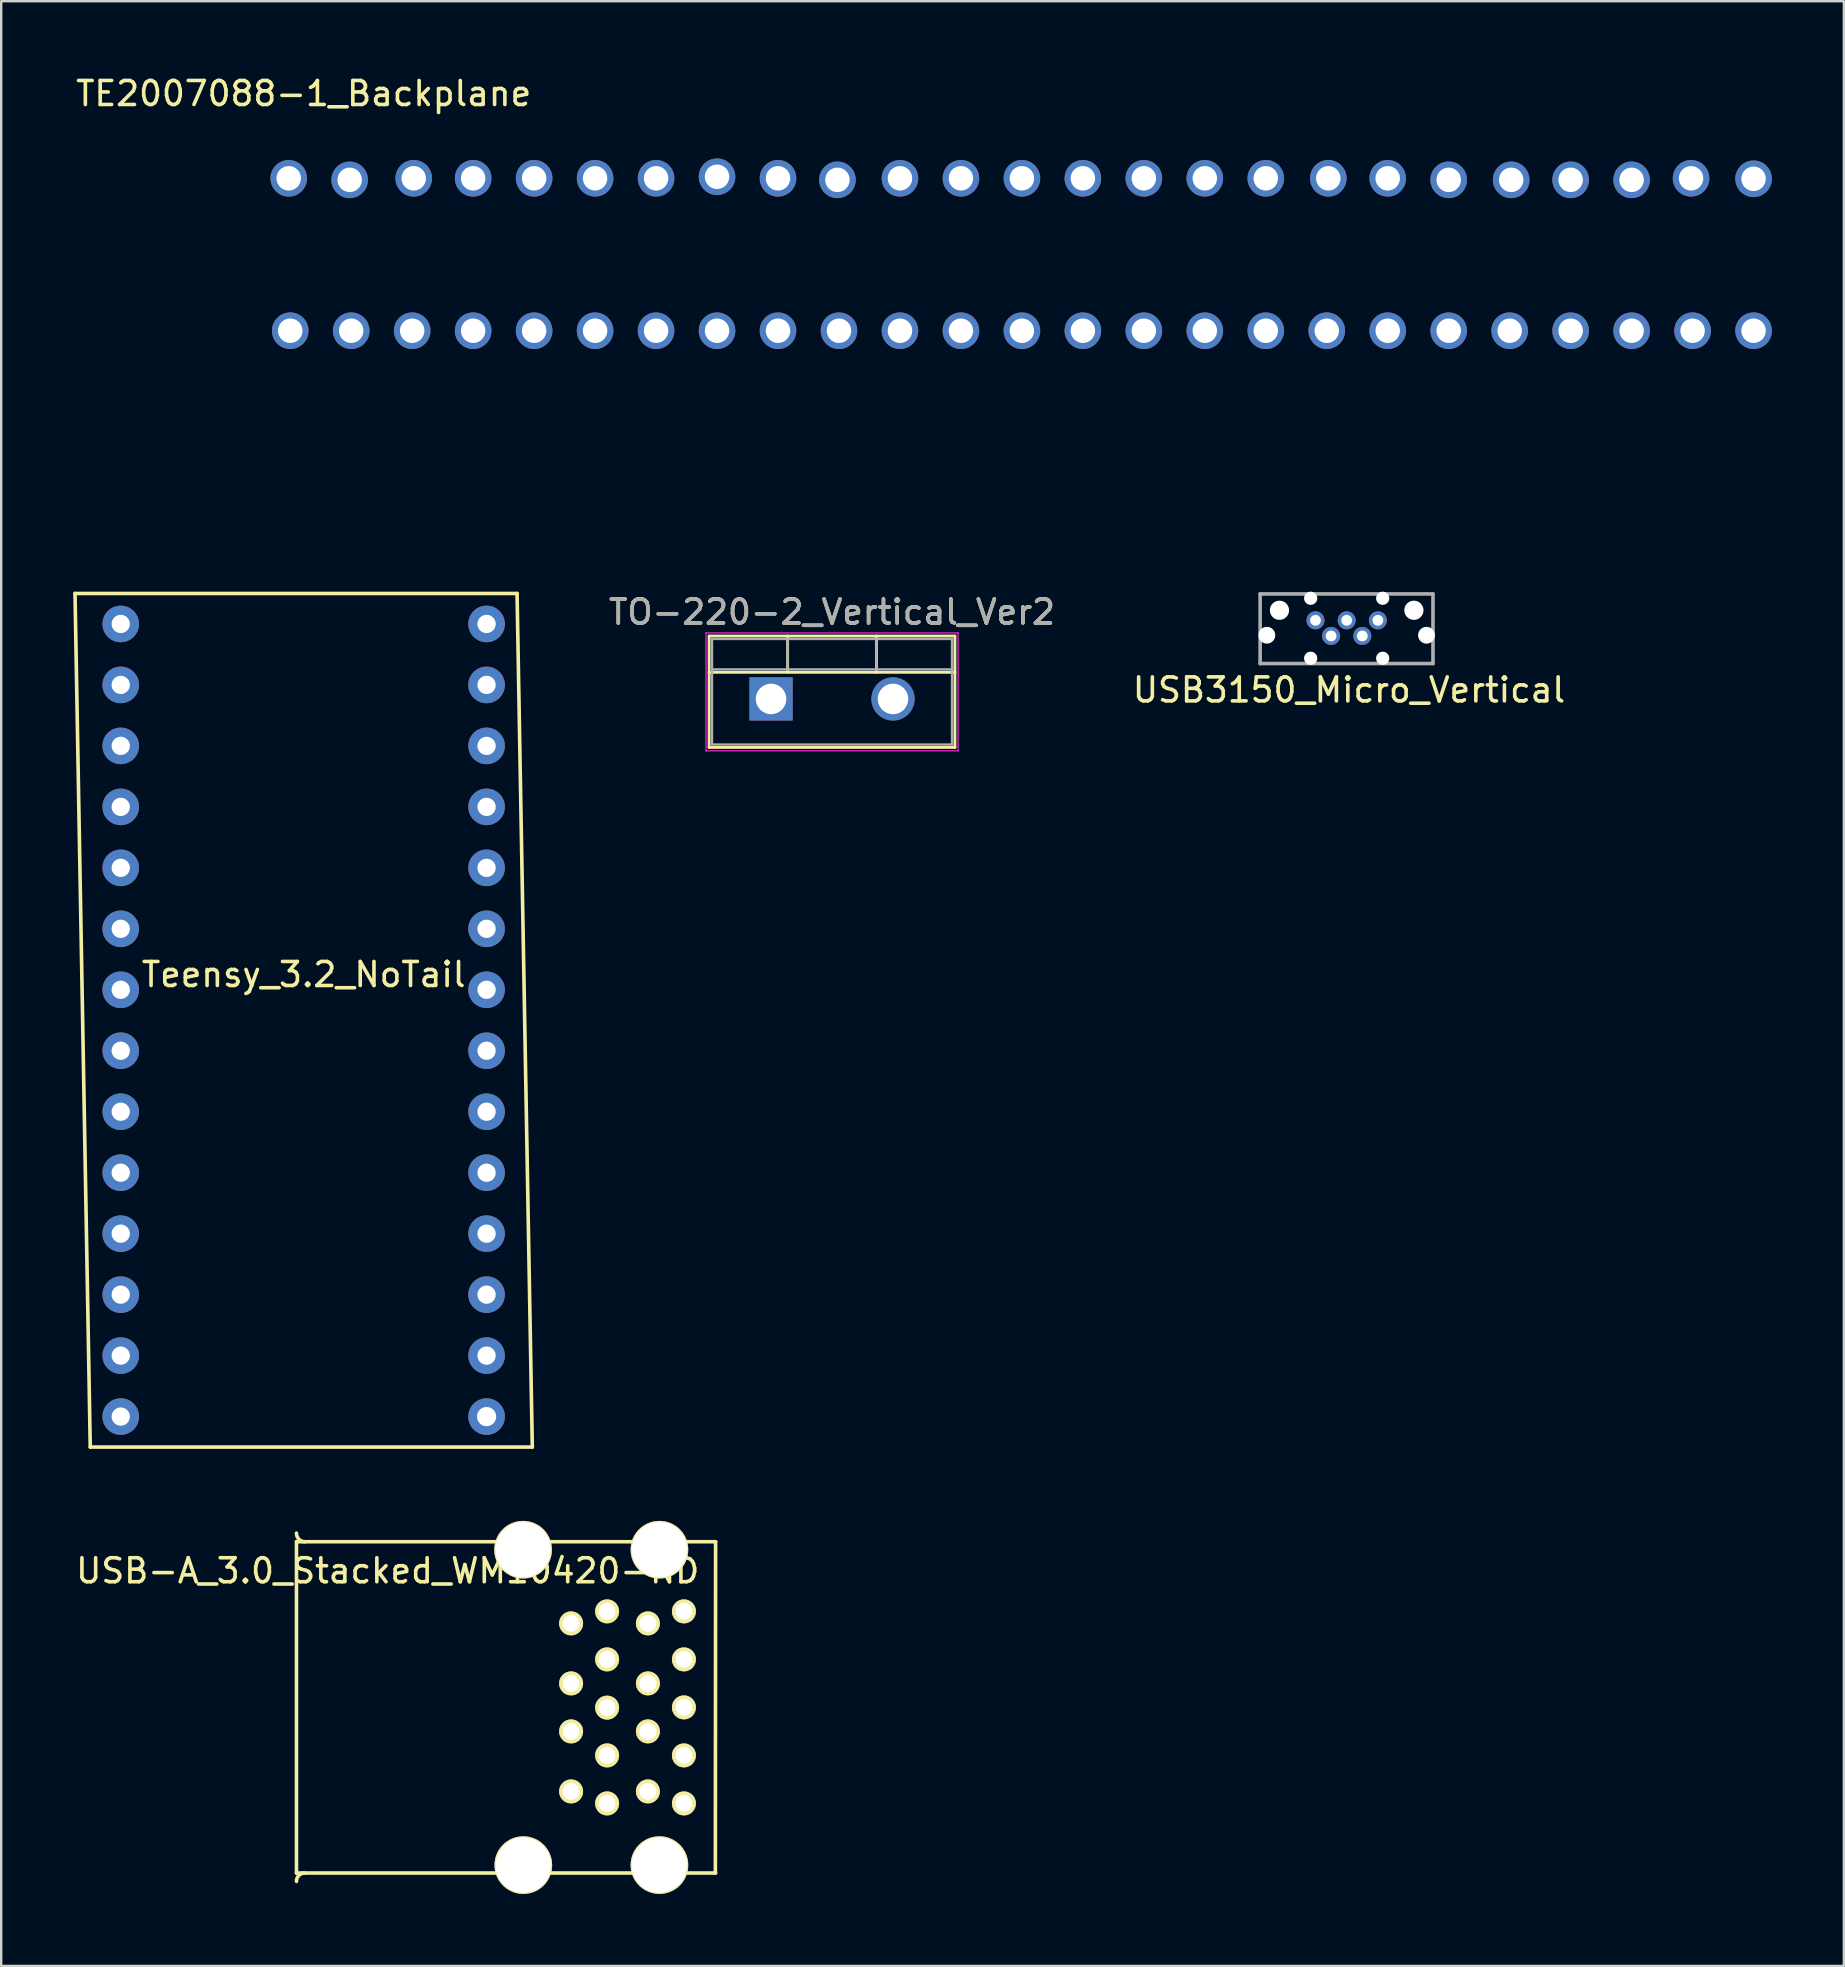
<source format=kicad_pcb>
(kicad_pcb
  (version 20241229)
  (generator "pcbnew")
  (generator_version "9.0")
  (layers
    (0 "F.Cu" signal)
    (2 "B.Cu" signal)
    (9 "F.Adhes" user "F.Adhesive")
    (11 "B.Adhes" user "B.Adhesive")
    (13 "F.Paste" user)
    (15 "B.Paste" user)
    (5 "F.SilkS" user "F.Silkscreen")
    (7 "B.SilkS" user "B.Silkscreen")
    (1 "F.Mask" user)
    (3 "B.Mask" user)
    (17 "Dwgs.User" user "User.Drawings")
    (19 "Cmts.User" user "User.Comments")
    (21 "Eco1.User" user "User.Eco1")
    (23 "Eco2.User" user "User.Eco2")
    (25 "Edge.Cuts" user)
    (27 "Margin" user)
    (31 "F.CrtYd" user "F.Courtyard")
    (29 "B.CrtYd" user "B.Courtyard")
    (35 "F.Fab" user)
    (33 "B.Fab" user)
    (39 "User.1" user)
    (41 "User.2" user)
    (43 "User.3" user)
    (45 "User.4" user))
  (footprint "USB-A_3.0_Stacked_WM10420-ND"
    (layer "F.Cu")
    (at 23.241 67.508)
    (property "Reference" "USB-A_3.0_Stacked_WM10420-ND" (at -10.14 -5.12 0) (layer "F.SilkS") (effects (font (size 1 1) (thickness 0.15))))
    (attr through_hole)
    (fp_line (start -13.94 -6.33) (end -13.94 7.47) (stroke (width 0.15) (type solid)) (layer "F.SilkS"))
    (fp_line (start -13.94 7.47) (end 3.52 7.47) (stroke (width 0.15) (type solid)) (layer "F.SilkS"))
    (fp_line (start 3.51 7.47) (end 3.52 -6.33) (stroke (width 0.15) (type solid)) (layer "F.SilkS"))
    (fp_line (start 3.52 -6.33) (end -13.94 -6.33) (stroke (width 0.15) (type solid)) (layer "F.SilkS"))
    (fp_arc (start -13.94 7.82) (mid -13.847487 7.576655) (end -13.61 7.47) (stroke (width 0.15) (type solid)) (layer "F.SilkS"))
    (fp_arc (start -13.6 -6.33) (mid -13.844558 -6.439584) (end -13.94 -6.69) (stroke (width 0.15) (type solid)) (layer "F.SilkS"))
    (pad "" thru_hole circle (at -4.5 -6) (size 2.4 2.4) (drill 2.3) (layers "*.Cu" "*.Mask" "F.SilkS"))
    (pad "" thru_hole circle (at -4.49 7.14) (size 2.4 2.4) (drill 2.3) (layers "*.Cu" "*.Mask" "F.SilkS"))
    (pad "" thru_hole circle (at 1.18 -6) (size 2.4 2.4) (drill 2.3) (layers "*.Cu" "*.Mask" "F.SilkS"))
    (pad "" thru_hole circle (at 1.18 7.14) (size 2.4 2.4) (drill 2.3) (layers "*.Cu" "*.Mask" "F.SilkS"))
    (pad "1" thru_hole circle (at -2.5 -2.93) (size 1 1) (drill 0.7) (layers "*.Cu" "*.Mask" "F.SilkS"))
    (pad "2" thru_hole circle (at -2.5 -0.43) (size 1 1) (drill 0.7) (layers "*.Cu" "*.Mask" "F.SilkS"))
    (pad "3" thru_hole circle (at -2.5 1.57) (size 1 1) (drill 0.7) (layers "*.Cu" "*.Mask" "F.SilkS"))
    (pad "4" thru_hole circle (at -2.5 4.07) (size 1 1) (drill 0.7) (layers "*.Cu" "*.Mask" "F.SilkS"))
    (pad "5" thru_hole circle (at -1 4.57) (size 1 1) (drill 0.7) (layers "*.Cu" "*.Mask" "F.SilkS"))
    (pad "6" thru_hole circle (at -1 2.57) (size 1 1) (drill 0.7) (layers "*.Cu" "*.Mask" "F.SilkS"))
    (pad "7" thru_hole circle (at -1 0.58) (size 1 1) (drill 0.7) (layers "*.Cu" "*.Mask" "F.SilkS"))
    (pad "8" thru_hole circle (at -1 -1.43) (size 1 1) (drill 0.7) (layers "*.Cu" "*.Mask" "F.SilkS"))
    (pad "9" thru_hole circle (at -1 -3.43) (size 1 1) (drill 0.7) (layers "*.Cu" "*.Mask" "F.SilkS"))
    (pad "10" thru_hole circle (at 0.7 -2.93) (size 1 1) (drill 0.7) (layers "*.Cu" "*.Mask" "F.SilkS"))
    (pad "11" thru_hole circle (at 0.7 -0.43) (size 1 1) (drill 0.7) (layers "*.Cu" "*.Mask" "F.SilkS"))
    (pad "12" thru_hole circle (at 0.7 1.57) (size 1 1) (drill 0.7) (layers "*.Cu" "*.Mask" "F.SilkS"))
    (pad "13" thru_hole circle (at 0.7 4.07) (size 1 1) (drill 0.7) (layers "*.Cu" "*.Mask" "F.SilkS"))
    (pad "14" thru_hole circle (at 2.2 4.57) (size 1 1) (drill 0.7) (layers "*.Cu" "*.Mask" "F.SilkS"))
    (pad "15" thru_hole circle (at 2.2 2.57) (size 1 1) (drill 0.7) (layers "*.Cu" "*.Mask" "F.SilkS"))
    (pad "16" thru_hole circle (at 2.2 0.57) (size 1 1) (drill 0.7) (layers "*.Cu" "*.Mask" "F.SilkS"))
    (pad "17" thru_hole circle (at 2.2 -1.43) (size 1 1) (drill 0.7) (layers "*.Cu" "*.Mask" "F.SilkS"))
    (pad "18" thru_hole circle (at 2.2 -3.43) (size 1 1) (drill 0.7) (layers "*.Cu" "*.Mask" "F.SilkS")))
  (footprint "TO-220-2_Vertical_Ver2"
    (layer "F.Cu")
    (at 29.071 26.067)
    (property "Reference" "TO-220-2_Vertical_Ver2" (at 2.54 -3.62 0) (layer "F.SilkS") (effects (font (size 1 1) (thickness 0.15))))
    (attr through_hole)
    (fp_line (start -2.58 -2.62) (end -2.58 2.021) (stroke (width 0.12) (type solid)) (layer "F.SilkS"))
    (fp_line (start -2.58 -2.62) (end 7.66 -2.62) (stroke (width 0.12) (type solid)) (layer "F.SilkS"))
    (fp_line (start -2.58 -1.11) (end 7.66 -1.11) (stroke (width 0.12) (type solid)) (layer "F.SilkS"))
    (fp_line (start -2.58 2.021) (end 7.66 2.021) (stroke (width 0.12) (type solid)) (layer "F.SilkS"))
    (fp_line (start 0.69 -2.62) (end 0.69 -1.11) (stroke (width 0.12) (type solid)) (layer "F.SilkS"))
    (fp_line (start 4.391 -2.62) (end 4.391 -1.11) (stroke (width 0.12) (type solid)) (layer "F.SilkS"))
    (fp_line (start 7.66 -2.62) (end 7.66 2.021) (stroke (width 0.12) (type solid)) (layer "F.SilkS"))
    (fp_line (start -2.71 -2.75) (end -2.71 2.16) (stroke (width 0.05) (type solid)) (layer "F.CrtYd"))
    (fp_line (start -2.71 2.16) (end 7.79 2.16) (stroke (width 0.05) (type solid)) (layer "F.CrtYd"))
    (fp_line (start 7.79 -2.75) (end -2.71 -2.75) (stroke (width 0.05) (type solid)) (layer "F.CrtYd"))
    (fp_line (start 7.79 2.16) (end 7.79 -2.75) (stroke (width 0.05) (type solid)) (layer "F.CrtYd"))
    (fp_line (start -2.46 -2.5) (end -2.46 1.9) (stroke (width 0.1) (type solid)) (layer "F.Fab"))
    (fp_line (start -2.46 -1.23) (end 7.54 -1.23) (stroke (width 0.1) (type solid)) (layer "F.Fab"))
    (fp_line (start -2.46 1.9) (end 7.54 1.9) (stroke (width 0.1) (type solid)) (layer "F.Fab"))
    (fp_line (start 0.69 -2.5) (end 0.69 -1.23) (stroke (width 0.1) (type solid)) (layer "F.Fab"))
    (fp_line (start 4.39 -2.5) (end 4.39 -1.23) (stroke (width 0.1) (type solid)) (layer "F.Fab"))
    (fp_line (start 7.54 -2.5) (end -2.46 -2.5) (stroke (width 0.1) (type solid)) (layer "F.Fab"))
    (fp_line (start 7.54 1.9) (end 7.54 -2.5) (stroke (width 0.1) (type solid)) (layer "F.Fab"))
    (fp_text user "${REFERENCE}" (at 2.54 -3.62 0) (layer "F.Fab") (effects (font (size 1 1) (thickness 0.15))))
    (pad "1" thru_hole rect (at 0 0) (size 1.8 1.8) (drill 1.27) (layers "*.Cu" "*.Mask"))
    (pad "2" thru_hole oval (at 5.08 0) (size 1.8 1.8) (drill 1.27) (layers "*.Cu" "*.Mask")))
  (footprint "TE2007088-1_Backplane"
    (layer "F.Cu")
    (at 44.601 18.348)
    (property "Reference" "TE2007088-1_Backplane" (at -35 -17.5 0) (layer "F.SilkS") (effects (font (size 1 1) (thickness 0.15))))
    (attr through_hole)
    (pad "1" thru_hole circle (at -35.56 -7.62) (size 1.524 1.524) (drill 1.02) (layers "*.Cu" "*.Mask"))
    (pad "1" thru_hole circle (at -33.02 -7.62) (size 1.524 1.524) (drill 1.02) (layers "*.Cu" "*.Mask"))
    (pad "1" thru_hole circle (at -30.48 -7.62) (size 1.524 1.524) (drill 1.02) (layers "*.Cu" "*.Mask"))
    (pad "2" thru_hole circle (at -27.94 -7.62) (size 1.524 1.524) (drill 1.02) (layers "*.Cu" "*.Mask"))
    (pad "2" thru_hole circle (at -25.4 -7.62) (size 1.524 1.524) (drill 1.02) (layers "*.Cu" "*.Mask"))
    (pad "2" thru_hole circle (at -22.86 -7.62) (size 1.524 1.524) (drill 1.02) (layers "*.Cu" "*.Mask"))
    (pad "3" thru_hole circle (at -20.32 -7.62) (size 1.524 1.524) (drill 1.02) (layers "*.Cu" "*.Mask"))
    (pad "3" thru_hole circle (at -17.78 -7.62) (size 1.524 1.524) (drill 1.02) (layers "*.Cu" "*.Mask"))
    (pad "3" thru_hole circle (at -15.24 -7.62) (size 1.524 1.524) (drill 1.02) (layers "*.Cu" "*.Mask"))
    (pad "4" thru_hole circle (at -12.7 -7.62) (size 1.524 1.524) (drill 1.02) (layers "*.Cu" "*.Mask"))
    (pad "4" thru_hole circle (at -10.16 -7.62) (size 1.524 1.524) (drill 1.02) (layers "*.Cu" "*.Mask"))
    (pad "4" thru_hole circle (at -7.62 -7.62) (size 1.524 1.524) (drill 1.02) (layers "*.Cu" "*.Mask"))
    (pad "5" thru_hole circle (at -5.08 -7.62) (size 1.524 1.524) (drill 1.02) (layers "*.Cu" "*.Mask"))
    (pad "5" thru_hole circle (at -2.54 -7.62) (size 1.524 1.524) (drill 1.02) (layers "*.Cu" "*.Mask"))
    (pad "5" thru_hole circle (at 0 -7.62) (size 1.524 1.524) (drill 1.02) (layers "*.Cu" "*.Mask"))
    (pad "6" thru_hole circle (at 2.54 -7.62) (size 1.524 1.524) (drill 1.02) (layers "*.Cu" "*.Mask"))
    (pad "7" thru_hole circle (at 5.08 -7.62) (size 1.524 1.524) (drill 1.02) (layers "*.Cu" "*.Mask"))
    (pad "8" thru_hole circle (at 7.62 -7.62) (size 1.524 1.524) (drill 1.02) (layers "*.Cu" "*.Mask"))
    (pad "9" thru_hole circle (at 10.16 -7.62) (size 1.524 1.524) (drill 1.02) (layers "*.Cu" "*.Mask"))
    (pad "10" thru_hole circle (at 12.7 -7.62) (size 1.524 1.524) (drill 1.02) (layers "*.Cu" "*.Mask"))
    (pad "11" thru_hole circle (at 15.24 -7.62) (size 1.524 1.524) (drill 1.02) (layers "*.Cu" "*.Mask"))
    (pad "12" thru_hole circle (at 17.78 -7.62) (size 1.524 1.524) (drill 1.02) (layers "*.Cu" "*.Mask"))
    (pad "13" thru_hole circle (at 20.32 -7.62) (size 1.524 1.524) (drill 1.02) (layers "*.Cu" "*.Mask"))
    (pad "14" thru_hole circle (at 22.86 -7.62) (size 1.524 1.524) (drill 1.02) (layers "*.Cu" "*.Mask"))
    (pad "15" thru_hole circle (at 25.4 -7.62) (size 1.524 1.524) (drill 1.02) (layers "*.Cu" "*.Mask"))
    (pad "16" thru_hole circle (at 25.4 -13.95) (size 1.524 1.524) (drill 1.02) (layers "*.Cu" "*.Mask"))
    (pad "17" thru_hole circle (at 22.797 -13.97) (size 1.524 1.524) (drill 1.02) (layers "*.Cu" "*.Mask"))
    (pad "18" thru_hole circle (at 20.32 -13.906) (size 1.524 1.524) (drill 1.02) (layers "*.Cu" "*.Mask"))
    (pad "19" thru_hole circle (at 17.78 -13.906) (size 1.524 1.524) (drill 1.02) (layers "*.Cu" "*.Mask"))
    (pad "20" thru_hole circle (at 15.303 -13.906) (size 1.524 1.524) (drill 1.02) (layers "*.Cu" "*.Mask"))
    (pad "21" thru_hole circle (at 12.7 -13.906) (size 1.524 1.524) (drill 1.02) (layers "*.Cu" "*.Mask"))
    (pad "22" thru_hole circle (at 10.16 -13.97) (size 1.524 1.524) (drill 1.02) (layers "*.Cu" "*.Mask"))
    (pad "23" thru_hole circle (at 7.684 -13.97) (size 1.524 1.524) (drill 1.02) (layers "*.Cu" "*.Mask"))
    (pad "24" thru_hole circle (at 5.08 -13.97) (size 1.524 1.524) (drill 1.02) (layers "*.Cu" "*.Mask"))
    (pad "25" thru_hole circle (at 2.54 -13.97) (size 1.524 1.524) (drill 1.02) (layers "*.Cu" "*.Mask"))
    (pad "26" thru_hole circle (at -5.08 -13.97) (size 1.524 1.524) (drill 1.02) (layers "*.Cu" "*.Mask"))
    (pad "26" thru_hole circle (at -2.54 -13.97) (size 1.524 1.524) (drill 1.02) (layers "*.Cu" "*.Mask"))
    (pad "26" thru_hole circle (at 0 -13.97) (size 1.524 1.524) (drill 1.02) (layers "*.Cu" "*.Mask"))
    (pad "27" thru_hole circle (at -12.764 -13.906) (size 1.524 1.524) (drill 1.02) (layers "*.Cu" "*.Mask"))
    (pad "27" thru_hole circle (at -10.16 -13.97) (size 1.524 1.524) (drill 1.02) (layers "*.Cu" "*.Mask"))
    (pad "27" thru_hole circle (at -7.62 -13.97) (size 1.524 1.524) (drill 1.02) (layers "*.Cu" "*.Mask"))
    (pad "28" thru_hole circle (at -20.32 -13.97) (size 1.524 1.524) (drill 1.02) (layers "*.Cu" "*.Mask"))
    (pad "28" thru_hole circle (at -17.78 -14.034) (size 1.524 1.524) (drill 1.02) (layers "*.Cu" "*.Mask"))
    (pad "28" thru_hole circle (at -15.24 -13.97) (size 1.524 1.524) (drill 1.02) (layers "*.Cu" "*.Mask"))
    (pad "29" thru_hole circle (at -27.94 -13.97) (size 1.524 1.524) (drill 1.02) (layers "*.Cu" "*.Mask"))
    (pad "29" thru_hole circle (at -25.4 -13.97) (size 1.524 1.524) (drill 1.02) (layers "*.Cu" "*.Mask"))
    (pad "29" thru_hole circle (at -22.86 -13.97) (size 1.524 1.524) (drill 1.02) (layers "*.Cu" "*.Mask"))
    (pad "30" thru_hole circle (at -30.416 -13.97) (size 1.524 1.524) (drill 1.02) (layers "*.Cu" "*.Mask"))
    (pad "49" thru_hole circle (at -33.084 -13.906) (size 1.524 1.524) (drill 1.02) (layers "*.Cu" "*.Mask"))
    (pad "50" thru_hole circle (at -35.623 -13.97) (size 1.524 1.524) (drill 1.02) (layers "*.Cu" "*.Mask")))
  (footprint "USB3150_Micro_Vertical"
    (layer "F.Cu")
    (at 53.051 22.793)
    (property "Reference" "USB3150_Micro_Vertical" (at 0.095 2.9 0) (layer "F.SilkS") (effects (font (size 1 1) (thickness 0.15))))
    (attr through_hole)
    (fp_line (start -3.605 -1.1) (end 3.595 -1.1) (stroke (width 0.15) (type solid)) (layer "F.Fab"))
    (fp_line (start -3.605 1.8) (end -3.605 -1.1) (stroke (width 0.15) (type solid)) (layer "F.Fab"))
    (fp_line (start 3.595 -1.1) (end 3.595 1.8) (stroke (width 0.15) (type solid)) (layer "F.Fab"))
    (fp_line (start 3.595 1.8) (end -3.605 1.8) (stroke (width 0.15) (type solid)) (layer "F.Fab"))
    (pad "" np_thru_hole circle (at -3.325 0.62) (size 0.7 0.7) (drill 0.7) (layers "*.Cu" "*.Mask"))
    (pad "" np_thru_hole circle (at -2.8 -0.42) (size 0.8 0.8) (drill 0.8) (layers "*.Cu" "*.Mask"))
    (pad "" np_thru_hole circle (at -1.5 -0.92) (size 0.55 0.55) (drill 0.55) (layers "*.Cu" "*.Mask"))
    (pad "" np_thru_hole circle (at -1.5 1.58) (size 0.55 0.55) (drill 0.55) (layers "*.Cu" "*.Mask"))
    (pad "" np_thru_hole circle (at 1.5 -0.92) (size 0.55 0.55) (drill 0.55) (layers "*.Cu" "*.Mask"))
    (pad "" np_thru_hole circle (at 1.5 1.58) (size 0.55 0.55) (drill 0.55) (layers "*.Cu" "*.Mask"))
    (pad "" np_thru_hole circle (at 2.8 -0.42) (size 0.8 0.8) (drill 0.8) (layers "*.Cu" "*.Mask"))
    (pad "" np_thru_hole circle (at 3.325 0.62) (size 0.7 0.7) (drill 0.7) (layers "*.Cu" "*.Mask"))
    (pad "D+" thru_hole circle (at 0 0) (size 0.75 0.75) (drill 0.45) (layers "*.Cu" "*.Mask"))
    (pad "D-" thru_hole circle (at -0.65 0.65) (size 0.75 0.75) (drill 0.45) (layers "*.Cu" "*.Mask"))
    (pad "GND" thru_hole circle (at 1.3 0) (size 0.75 0.75) (drill 0.45) (layers "*.Cu" "*.Mask"))
    (pad "ID" thru_hole circle (at 0.65 0.65) (size 0.75 0.75) (drill 0.45) (layers "*.Cu" "*.Mask"))
    (pad "VCC" thru_hole circle (at -1.3 0) (size 0.75 0.75) (drill 0.45) (layers "*.Cu" "*.Mask")))
  (footprint "Teensy_3.2_NoTail"
    (layer "F.Cu")
    (at 4.52 31.198)
    (property "Reference" "Teensy_3.2_NoTail" (at 5.08 6.35 0) (layer "F.SilkS") (effects (font (size 1 1) (thickness 0.15))))
    (attr through_hole)
    (fp_line (start -4.445 -9.525) (end 13.97 -9.525) (stroke (width 0.15) (type solid)) (layer "F.SilkS"))
    (fp_line (start -3.81 26.035) (end -4.445 -9.525) (stroke (width 0.15) (type solid)) (layer "F.SilkS"))
    (fp_line (start 13.97 -9.525) (end 14.605 26.035) (stroke (width 0.15) (type solid)) (layer "F.SilkS"))
    (fp_line (start 14.605 26.035) (end -3.81 26.035) (stroke (width 0.15) (type solid)) (layer "F.SilkS"))
    (pad "0" thru_hole oval (at 12.7 22.225) (size 1.524 1.524) (drill 0.762) (layers "*.Cu" "*.Mask"))
    (pad "1" thru_hole oval (at 12.7 19.685) (size 1.524 1.524) (drill 0.762) (layers "*.Cu" "*.Mask"))
    (pad "2" thru_hole oval (at 12.7 17.145) (size 1.524 1.524) (drill 0.762) (layers "*.Cu" "*.Mask"))
    (pad "3" thru_hole oval (at 12.7 14.605) (size 1.524 1.524) (drill 0.762) (layers "*.Cu" "*.Mask"))
    (pad "3v3" thru_hole oval (at -2.54 19.685) (size 1.524 1.524) (drill 0.762) (layers "*.Cu" "*.Mask"))
    (pad "4" thru_hole oval (at 12.7 12.065) (size 1.524 1.524) (drill 0.762) (layers "*.Cu" "*.Mask"))
    (pad "5" thru_hole oval (at 12.7 9.525) (size 1.524 1.524) (drill 0.762) (layers "*.Cu" "*.Mask"))
    (pad "6" thru_hole oval (at 12.7 6.985) (size 1.524 1.524) (drill 0.762) (layers "*.Cu" "*.Mask"))
    (pad "7" thru_hole oval (at 12.7 4.445) (size 1.524 1.524) (drill 0.762) (layers "*.Cu" "*.Mask"))
    (pad "8" thru_hole oval (at 12.7 1.905) (size 1.524 1.524) (drill 0.762) (layers "*.Cu" "*.Mask"))
    (pad "9" thru_hole oval (at 12.7 -0.635) (size 1.524 1.524) (drill 0.762) (layers "*.Cu" "*.Mask"))
    (pad "10" thru_hole oval (at 12.7 -3.175) (size 1.524 1.524) (drill 0.762) (layers "*.Cu" "*.Mask"))
    (pad "11" thru_hole oval (at 12.7 -5.715) (size 1.524 1.524) (drill 0.762) (layers "*.Cu" "*.Mask"))
    (pad "12" thru_hole oval (at 12.7 -8.255) (size 1.524 1.524) (drill 0.762) (layers "*.Cu" "*.Mask"))
    (pad "13" thru_hole oval (at -2.54 -8.255) (size 1.524 1.524) (drill 0.762) (layers "*.Cu" "*.Mask"))
    (pad "14" thru_hole oval (at -2.54 -5.715) (size 1.524 1.524) (drill 0.762) (layers "*.Cu" "*.Mask"))
    (pad "15" thru_hole oval (at -2.54 -3.175) (size 1.524 1.524) (drill 0.762) (layers "*.Cu" "*.Mask"))
    (pad "16" thru_hole oval (at -2.54 -0.635) (size 1.524 1.524) (drill 0.762) (layers "*.Cu" "*.Mask"))
    (pad "17" thru_hole oval (at -2.54 1.905) (size 1.524 1.524) (drill 0.762) (layers "*.Cu" "*.Mask"))
    (pad "18" thru_hole oval (at -2.54 4.445) (size 1.524 1.524) (drill 0.762) (layers "*.Cu" "*.Mask"))
    (pad "19" thru_hole oval (at -2.54 6.985) (size 1.524 1.524) (drill 0.762) (layers "*.Cu" "*.Mask"))
    (pad "20" thru_hole oval (at -2.54 9.525) (size 1.524 1.524) (drill 0.762) (layers "*.Cu" "*.Mask"))
    (pad "21" thru_hole oval (at -2.54 12.065) (size 1.524 1.524) (drill 0.762) (layers "*.Cu" "*.Mask"))
    (pad "22" thru_hole oval (at -2.54 14.605) (size 1.524 1.524) (drill 0.762) (layers "*.Cu" "*.Mask"))
    (pad "23" thru_hole oval (at -2.54 17.145) (size 1.524 1.524) (drill 0.762) (layers "*.Cu" "*.Mask"))
    (pad "AGND" thru_hole oval (at -2.54 22.225) (size 1.524 1.524) (drill 0.762) (layers "*.Cu" "*.Mask"))
    (pad "GND" thru_hole oval (at 12.7 24.765) (size 1.524 1.524) (drill 0.8) (layers "*.Cu" "*.Mask"))
    (pad "VIN" thru_hole oval (at -2.54 24.765) (size 1.524 1.524) (drill 0.762) (layers "*.Cu" "*.Mask")))
  (gr_rect
    (start -3 -3)
    (end 73.763 78.848)
    (stroke (width 0.1) (type default))
    (fill no)
    (layer "Edge.Cuts")))
</source>
